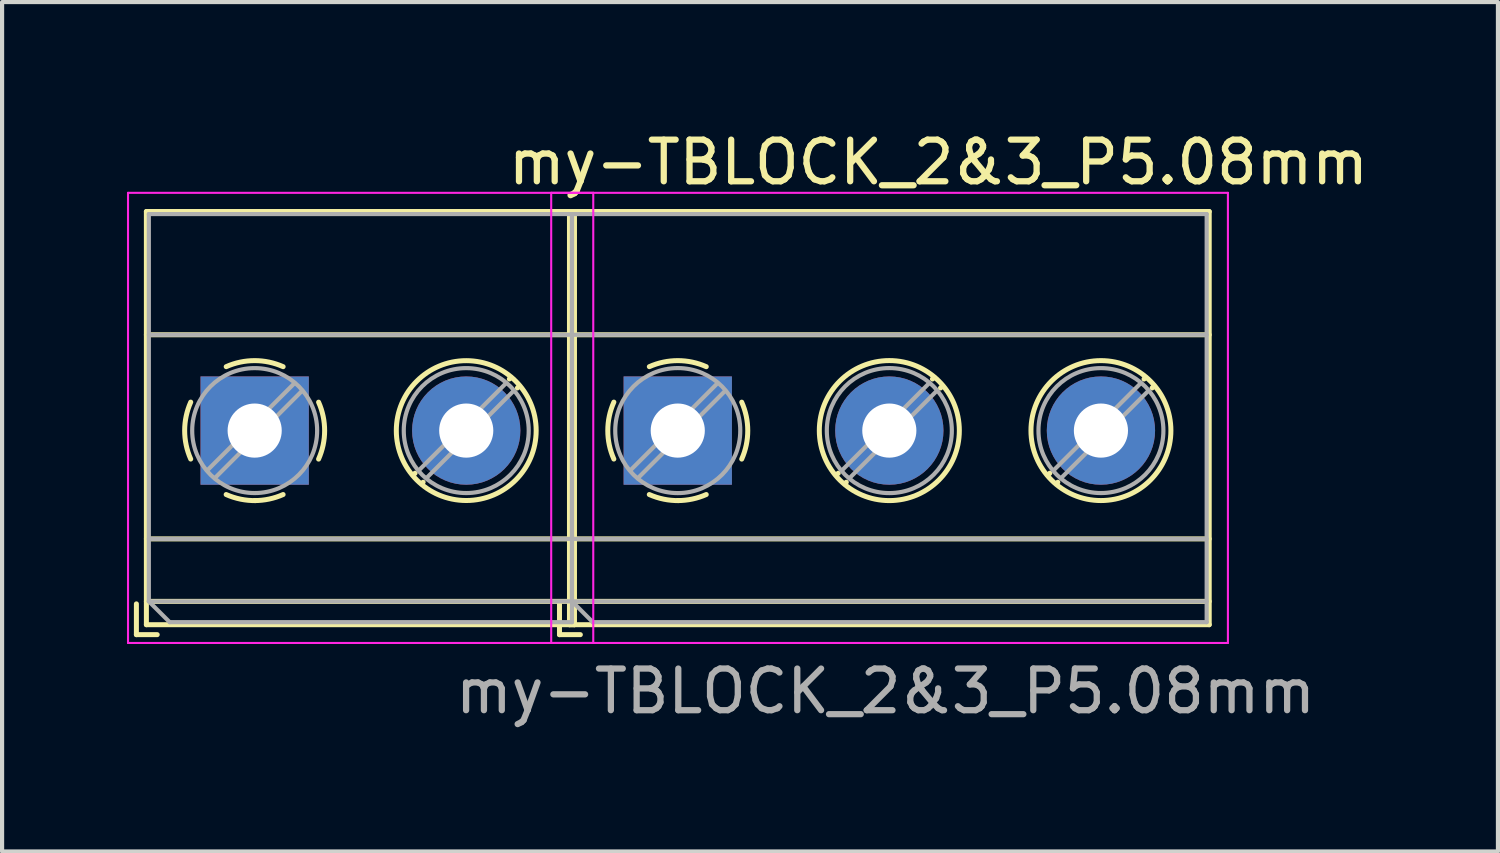
<source format=kicad_pcb>
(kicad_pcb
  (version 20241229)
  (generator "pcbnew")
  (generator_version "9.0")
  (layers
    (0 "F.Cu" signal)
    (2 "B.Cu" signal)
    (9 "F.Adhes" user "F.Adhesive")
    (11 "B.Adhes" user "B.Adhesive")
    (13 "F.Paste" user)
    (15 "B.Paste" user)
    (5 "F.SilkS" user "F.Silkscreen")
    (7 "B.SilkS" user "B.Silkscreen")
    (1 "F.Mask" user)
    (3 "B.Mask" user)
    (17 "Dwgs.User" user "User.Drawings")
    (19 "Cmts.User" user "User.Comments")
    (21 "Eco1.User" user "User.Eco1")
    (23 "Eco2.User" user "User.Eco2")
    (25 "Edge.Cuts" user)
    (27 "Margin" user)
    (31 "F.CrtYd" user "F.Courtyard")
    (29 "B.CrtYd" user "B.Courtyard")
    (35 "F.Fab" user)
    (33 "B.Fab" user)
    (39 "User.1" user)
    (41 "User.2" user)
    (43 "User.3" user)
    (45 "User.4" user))
  (footprint "my-TBLOCK_2&3_P5.08mm"
    (layer "F.Cu")
    (at 14.403 11.008)
    (property "Reference" "my-TBLOCK_2&3_P5.08mm" (at 5.08 -10.16 0) (unlocked yes) (layer "F.SilkS") (effects (font (size 1 1) (thickness 0.15))))
    (attr through_hole)
    (fp_line (start -14.178 0.442) (end -14.178 1.181) (stroke (width 0.12) (type solid)) (layer "F.SilkS"))
    (fp_line (start -14.178 1.181) (end -13.678 1.181) (stroke (width 0.12) (type solid)) (layer "F.SilkS"))
    (fp_line (start -13.938 -8.979) (end -13.938 0.942) (stroke (width 0.12) (type solid)) (layer "F.SilkS"))
    (fp_line (start -13.938 -8.979) (end -3.659 -8.979) (stroke (width 0.12) (type solid)) (layer "F.SilkS"))
    (fp_line (start -13.938 -6.019) (end -3.659 -6.019) (stroke (width 0.12) (type solid)) (layer "F.SilkS"))
    (fp_line (start -13.938 -1.119) (end -3.659 -1.119) (stroke (width 0.12) (type solid)) (layer "F.SilkS"))
    (fp_line (start -13.938 0.382) (end -3.659 0.382) (stroke (width 0.12) (type solid)) (layer "F.SilkS"))
    (fp_line (start -13.938 0.942) (end -3.659 0.942) (stroke (width 0.12) (type solid)) (layer "F.SilkS"))
    (fp_line (start -7.486 -2.696) (end -7.532 -2.65) (stroke (width 0.12) (type solid)) (layer "F.SilkS"))
    (fp_line (start -7.293 -2.479) (end -7.327 -2.445) (stroke (width 0.12) (type solid)) (layer "F.SilkS"))
    (fp_line (start -5.189 -4.994) (end -5.223 -4.957) (stroke (width 0.12) (type solid)) (layer "F.SilkS"))
    (fp_line (start -4.984 -4.787) (end -5.03 -4.742) (stroke (width 0.12) (type solid)) (layer "F.SilkS"))
    (fp_line (start -4.019 0.442) (end -4.019 1.181) (stroke (width 0.12) (type solid)) (layer "F.SilkS"))
    (fp_line (start -4.019 1.181) (end -3.518 1.181) (stroke (width 0.12) (type solid)) (layer "F.SilkS"))
    (fp_line (start -3.779 -8.979) (end -3.779 0.942) (stroke (width 0.12) (type solid)) (layer "F.SilkS"))
    (fp_line (start -3.779 -8.979) (end 11.582 -8.979) (stroke (width 0.12) (type solid)) (layer "F.SilkS"))
    (fp_line (start -3.779 -6.019) (end 11.582 -6.019) (stroke (width 0.12) (type solid)) (layer "F.SilkS"))
    (fp_line (start -3.779 -1.119) (end 11.582 -1.119) (stroke (width 0.12) (type solid)) (layer "F.SilkS"))
    (fp_line (start -3.779 0.382) (end 11.582 0.382) (stroke (width 0.12) (type solid)) (layer "F.SilkS"))
    (fp_line (start -3.779 0.942) (end 11.582 0.942) (stroke (width 0.12) (type solid)) (layer "F.SilkS"))
    (fp_line (start -3.659 -8.979) (end -3.659 0.942) (stroke (width 0.12) (type solid)) (layer "F.SilkS"))
    (fp_line (start 2.675 -2.696) (end 2.627 -2.65) (stroke (width 0.12) (type solid)) (layer "F.SilkS"))
    (fp_line (start 2.868 -2.479) (end 2.833 -2.445) (stroke (width 0.12) (type solid)) (layer "F.SilkS"))
    (fp_line (start 4.971 -4.994) (end 4.936 -4.957) (stroke (width 0.12) (type solid)) (layer "F.SilkS"))
    (fp_line (start 5.176 -4.787) (end 5.13 -4.742) (stroke (width 0.12) (type solid)) (layer "F.SilkS"))
    (fp_line (start 7.755 -2.696) (end 7.707 -2.65) (stroke (width 0.12) (type solid)) (layer "F.SilkS"))
    (fp_line (start 7.947 -2.479) (end 7.912 -2.445) (stroke (width 0.12) (type solid)) (layer "F.SilkS"))
    (fp_line (start 10.052 -4.994) (end 10.017 -4.957) (stroke (width 0.12) (type solid)) (layer "F.SilkS"))
    (fp_line (start 10.257 -4.787) (end 10.21 -4.742) (stroke (width 0.12) (type solid)) (layer "F.SilkS"))
    (fp_line (start 11.582 -8.979) (end 11.582 0.942) (stroke (width 0.12) (type solid)) (layer "F.SilkS"))
    (fp_arc (start -12.873927 -3.035458) (mid -13.019001 -3.719024) (end -12.8735 -4.4025) (stroke (width 0.12) (type solid)) (layer "F.SilkS"))
    (fp_arc (start -12.021542 -5.253927) (mid -11.337976 -5.399001) (end -10.6545 -5.2535) (stroke (width 0.12) (type solid)) (layer "F.SilkS"))
    (fp_arc (start -11.309695 -2.038247) (mid -11.674051 -2.071841) (end -12.0225 -2.1835) (stroke (width 0.12) (type solid)) (layer "F.SilkS"))
    (fp_arc (start -10.655182 -2.183744) (mid -10.989208 -2.075212) (end -11.3385 -2.0385) (stroke (width 0.12) (type solid)) (layer "F.SilkS"))
    (fp_arc (start -9.803073 -4.401542) (mid -9.657999 -3.717976) (end -9.8035 -3.0345) (stroke (width 0.12) (type solid)) (layer "F.SilkS"))
    (fp_arc (start -2.713927 -3.035458) (mid -2.859001 -3.719024) (end -2.7135 -4.4025) (stroke (width 0.12) (type solid)) (layer "F.SilkS"))
    (fp_arc (start -1.861542 -5.253927) (mid -1.177976 -5.399001) (end -0.4945 -5.2535) (stroke (width 0.12) (type solid)) (layer "F.SilkS"))
    (fp_arc (start -1.149695 -2.038247) (mid -1.514051 -2.071841) (end -1.8625 -2.1835) (stroke (width 0.12) (type solid)) (layer "F.SilkS"))
    (fp_arc (start -0.495182 -2.183744) (mid -0.829208 -2.075212) (end -1.1785 -2.0385) (stroke (width 0.12) (type solid)) (layer "F.SilkS"))
    (fp_arc (start 0.356927 -4.401542) (mid 0.502001 -3.717976) (end 0.3565 -3.0345) (stroke (width 0.12) (type solid)) (layer "F.SilkS"))
    (fp_circle (center -6.258 -3.719) (end -4.579 -3.719) (stroke (width 0.12) (type solid)) (fill no) (layer "F.SilkS"))
    (fp_circle (center 3.901 -3.719) (end 5.582 -3.719) (stroke (width 0.12) (type solid)) (fill no) (layer "F.SilkS"))
    (fp_circle (center 8.982 -3.719) (end 10.662 -3.719) (stroke (width 0.12) (type solid)) (fill no) (layer "F.SilkS"))
    (fp_line (start -14.379 -9.428) (end -14.379 1.381) (stroke (width 0.05) (type solid)) (layer "F.CrtYd"))
    (fp_line (start -14.379 1.381) (end -3.208 1.381) (stroke (width 0.05) (type solid)) (layer "F.CrtYd"))
    (fp_line (start -4.218 -9.428) (end -4.218 1.381) (stroke (width 0.05) (type solid)) (layer "F.CrtYd"))
    (fp_line (start -4.218 1.381) (end 12.031 1.381) (stroke (width 0.05) (type solid)) (layer "F.CrtYd"))
    (fp_line (start -3.208 -9.428) (end -14.379 -9.428) (stroke (width 0.05) (type solid)) (layer "F.CrtYd"))
    (fp_line (start -3.208 1.381) (end -3.208 -9.428) (stroke (width 0.05) (type solid)) (layer "F.CrtYd"))
    (fp_line (start 12.031 -9.428) (end -4.218 -9.428) (stroke (width 0.05) (type solid)) (layer "F.CrtYd"))
    (fp_line (start 12.031 1.381) (end 12.031 -9.428) (stroke (width 0.05) (type solid)) (layer "F.CrtYd"))
    (fp_line (start -13.879 -8.918) (end -3.719 -8.918) (stroke (width 0.1) (type solid)) (layer "F.Fab"))
    (fp_line (start -13.879 -6.019) (end -3.719 -6.019) (stroke (width 0.1) (type solid)) (layer "F.Fab"))
    (fp_line (start -13.879 -1.119) (end -3.719 -1.119) (stroke (width 0.1) (type solid)) (layer "F.Fab"))
    (fp_line (start -13.879 0.382) (end -13.879 -8.918) (stroke (width 0.1) (type solid)) (layer "F.Fab"))
    (fp_line (start -13.879 0.382) (end -3.719 0.382) (stroke (width 0.1) (type solid)) (layer "F.Fab"))
    (fp_line (start -13.379 0.881) (end -13.879 0.382) (stroke (width 0.1) (type solid)) (layer "F.Fab"))
    (fp_line (start -10.383 -4.856) (end -12.476 -2.764) (stroke (width 0.1) (type solid)) (layer "F.Fab"))
    (fp_line (start -10.2 -4.673) (end -12.293 -2.58) (stroke (width 0.1) (type solid)) (layer "F.Fab"))
    (fp_line (start -5.303 -4.856) (end -7.396 -2.764) (stroke (width 0.1) (type solid)) (layer "F.Fab"))
    (fp_line (start -5.12 -4.673) (end -7.213 -2.58) (stroke (width 0.1) (type solid)) (layer "F.Fab"))
    (fp_line (start -3.719 -8.918) (end -3.719 0.881) (stroke (width 0.1) (type solid)) (layer "F.Fab"))
    (fp_line (start -3.719 -8.918) (end 11.521 -8.918) (stroke (width 0.1) (type solid)) (layer "F.Fab"))
    (fp_line (start -3.719 -6.019) (end 11.521 -6.019) (stroke (width 0.1) (type solid)) (layer "F.Fab"))
    (fp_line (start -3.719 -1.119) (end 11.521 -1.119) (stroke (width 0.1) (type solid)) (layer "F.Fab"))
    (fp_line (start -3.719 0.382) (end -3.719 -8.918) (stroke (width 0.1) (type solid)) (layer "F.Fab"))
    (fp_line (start -3.719 0.382) (end 11.521 0.382) (stroke (width 0.1) (type solid)) (layer "F.Fab"))
    (fp_line (start -3.719 0.881) (end -13.379 0.881) (stroke (width 0.1) (type solid)) (layer "F.Fab"))
    (fp_line (start -3.219 0.881) (end -3.719 0.382) (stroke (width 0.1) (type solid)) (layer "F.Fab"))
    (fp_line (start -0.224 -4.856) (end -2.317 -2.764) (stroke (width 0.1) (type solid)) (layer "F.Fab"))
    (fp_line (start -0.041 -4.673) (end -2.134 -2.58) (stroke (width 0.1) (type solid)) (layer "F.Fab"))
    (fp_line (start 4.856 -4.856) (end 2.764 -2.764) (stroke (width 0.1) (type solid)) (layer "F.Fab"))
    (fp_line (start 5.04 -4.673) (end 2.947 -2.58) (stroke (width 0.1) (type solid)) (layer "F.Fab"))
    (fp_line (start 9.937 -4.856) (end 7.845 -2.764) (stroke (width 0.1) (type solid)) (layer "F.Fab"))
    (fp_line (start 10.12 -4.673) (end 8.027 -2.58) (stroke (width 0.1) (type solid)) (layer "F.Fab"))
    (fp_line (start 11.521 -8.918) (end 11.521 0.881) (stroke (width 0.1) (type solid)) (layer "F.Fab"))
    (fp_line (start 11.521 0.881) (end -3.219 0.881) (stroke (width 0.1) (type solid)) (layer "F.Fab"))
    (fp_circle (center -11.338 -3.719) (end -9.838 -3.719) (stroke (width 0.1) (type solid)) (fill no) (layer "F.Fab"))
    (fp_circle (center -6.258 -3.719) (end -4.758 -3.719) (stroke (width 0.1) (type solid)) (fill no) (layer "F.Fab"))
    (fp_circle (center -1.179 -3.719) (end 0.322 -3.719) (stroke (width 0.1) (type solid)) (fill no) (layer "F.Fab"))
    (fp_circle (center 3.901 -3.719) (end 5.402 -3.719) (stroke (width 0.1) (type solid)) (fill no) (layer "F.Fab"))
    (fp_circle (center 8.982 -3.719) (end 10.482 -3.719) (stroke (width 0.1) (type solid)) (fill no) (layer "F.Fab"))
    (fp_text user "${REFERENCE}" (at 3.81 2.54 0) (unlocked yes) (layer "F.Fab") (effects (font (size 1 1) (thickness 0.15))))
    (pad "1" thru_hole rect (at -11.338 -3.719) (size 2.6 2.6) (drill 1.3) (layers "*.Cu" "*.Mask"))
    (pad "1" thru_hole rect (at -1.179 -3.719) (size 2.6 2.6) (drill 1.3) (layers "*.Cu" "*.Mask"))
    (pad "2" thru_hole circle (at -6.258 -3.719) (size 2.6 2.6) (drill 1.3) (layers "*.Cu" "*.Mask"))
    (pad "2" thru_hole circle (at 3.901 -3.719) (size 2.6 2.6) (drill 1.3) (layers "*.Cu" "*.Mask"))
    (pad "3" thru_hole circle (at 8.982 -3.719) (size 2.6 2.6) (drill 1.3) (layers "*.Cu" "*.Mask")))
  (gr_rect
    (start -3 -3)
    (end 32.918 17.396)
    (stroke (width 0.1) (type default))
    (fill no)
    (layer "Edge.Cuts")))
</source>
